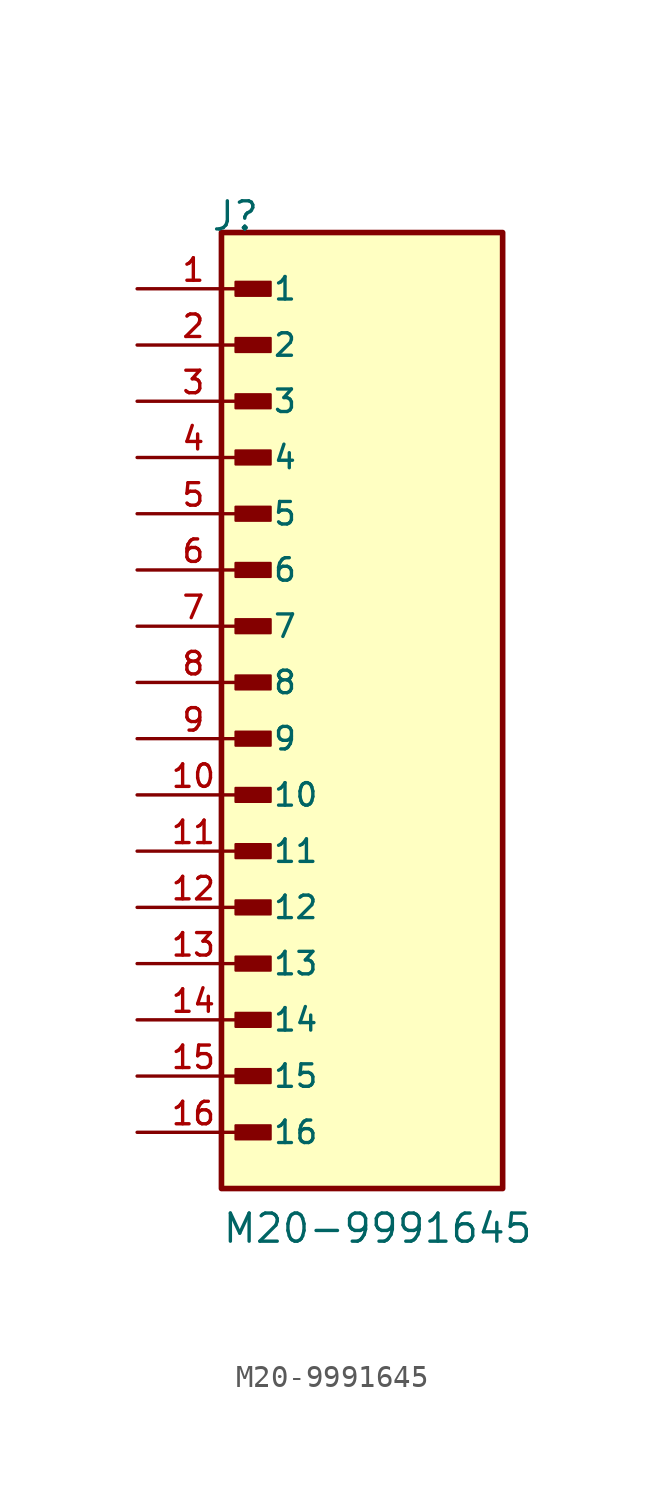
<source format=kicad_sym>
(kicad_symbol_lib
  (version 20231120)
  (generator "kicad_symbol_editor")
  (generator_version "8.0")
  (symbol "M20-9991645"
    (pin_names
      (offset 1.016))
    (property "Reference" "J"
      (at -6.85 22.86 0)
      (effects (font (size 1.27 1.27)) (justify left bottom)))
    (property "Value" "M20-9991645"
      (at -6.35 -22.86 0)
      (effects (font (size 1.27 1.27)) (justify left bottom)))
    (symbol "M20-9991645_0_0"
      (rectangle (start -6.35 -20.32) (end 6.35 22.86) (stroke (width 0.254) (type default)) (fill (type background)))
      (rectangle (start -5.715 -18.098) (end -4.128 -17.462) (stroke (width 0.1) (type default)) (fill (type outline)))
      (rectangle (start -5.715 -15.557) (end -4.128 -14.922) (stroke (width 0.1) (type default)) (fill (type outline)))
      (rectangle (start -5.715 -13.018) (end -4.128 -12.383) (stroke (width 0.1) (type default)) (fill (type outline)))
      (rectangle (start -5.715 -10.477) (end -4.128 -9.842) (stroke (width 0.1) (type default)) (fill (type outline)))
      (rectangle (start -5.715 -7.938) (end -4.128 -7.303) (stroke (width 0.1) (type default)) (fill (type outline)))
      (rectangle (start -5.715 -5.397) (end -4.128 -4.763) (stroke (width 0.1) (type default)) (fill (type outline)))
      (rectangle (start -5.715 -2.857) (end -4.128 -2.223) (stroke (width 0.1) (type default)) (fill (type outline)))
      (rectangle (start -5.715 -0.318) (end -4.128 0.318) (stroke (width 0.1) (type default)) (fill (type outline)))
      (rectangle (start -5.715 2.223) (end -4.128 2.857) (stroke (width 0.1) (type default)) (fill (type outline)))
      (rectangle (start -5.715 4.763) (end -4.128 5.397) (stroke (width 0.1) (type default)) (fill (type outline)))
      (rectangle (start -5.715 7.303) (end -4.128 7.938) (stroke (width 0.1) (type default)) (fill (type outline)))
      (rectangle (start -5.715 9.842) (end -4.128 10.477) (stroke (width 0.1) (type default)) (fill (type outline)))
      (rectangle (start -5.715 12.383) (end -4.128 13.018) (stroke (width 0.1) (type default)) (fill (type outline)))
      (rectangle (start -5.715 14.922) (end -4.128 15.557) (stroke (width 0.1) (type default)) (fill (type outline)))
      (rectangle (start -5.715 17.462) (end -4.128 18.098) (stroke (width 0.1) (type default)) (fill (type outline)))
      (rectangle (start -5.715 20.003) (end -4.128 20.637) (stroke (width 0.1) (type default)) (fill (type outline)))
      (pin passive line (at -10.16 20.32 0) (length 5.08) (name "1" (effects (font (size 1.016 1.016)))) (number "1" (effects (font (size 1.016 1.016)))))
      (pin passive line (at -10.16 -2.54 0) (length 5.08) (name "10" (effects (font (size 1.016 1.016)))) (number "10" (effects (font (size 1.016 1.016)))))
      (pin passive line (at -10.16 -5.08 0) (length 5.08) (name "11" (effects (font (size 1.016 1.016)))) (number "11" (effects (font (size 1.016 1.016)))))
      (pin passive line (at -10.16 -7.62 0) (length 5.08) (name "12" (effects (font (size 1.016 1.016)))) (number "12" (effects (font (size 1.016 1.016)))))
      (pin passive line (at -10.16 -10.16 0) (length 5.08) (name "13" (effects (font (size 1.016 1.016)))) (number "13" (effects (font (size 1.016 1.016)))))
      (pin passive line (at -10.16 -12.7 0) (length 5.08) (name "14" (effects (font (size 1.016 1.016)))) (number "14" (effects (font (size 1.016 1.016)))))
      (pin passive line (at -10.16 -15.24 0) (length 5.08) (name "15" (effects (font (size 1.016 1.016)))) (number "15" (effects (font (size 1.016 1.016)))))
      (pin passive line (at -10.16 -17.78 0) (length 5.08) (name "16" (effects (font (size 1.016 1.016)))) (number "16" (effects (font (size 1.016 1.016)))))
      (pin passive line (at -10.16 17.78 0) (length 5.08) (name "2" (effects (font (size 1.016 1.016)))) (number "2" (effects (font (size 1.016 1.016)))))
      (pin passive line (at -10.16 15.24 0) (length 5.08) (name "3" (effects (font (size 1.016 1.016)))) (number "3" (effects (font (size 1.016 1.016)))))
      (pin passive line (at -10.16 12.7 0) (length 5.08) (name "4" (effects (font (size 1.016 1.016)))) (number "4" (effects (font (size 1.016 1.016)))))
      (pin passive line (at -10.16 10.16 0) (length 5.08) (name "5" (effects (font (size 1.016 1.016)))) (number "5" (effects (font (size 1.016 1.016)))))
      (pin passive line (at -10.16 7.62 0) (length 5.08) (name "6" (effects (font (size 1.016 1.016)))) (number "6" (effects (font (size 1.016 1.016)))))
      (pin passive line (at -10.16 5.08 0) (length 5.08) (name "7" (effects (font (size 1.016 1.016)))) (number "7" (effects (font (size 1.016 1.016)))))
      (pin passive line (at -10.16 2.54 0) (length 5.08) (name "8" (effects (font (size 1.016 1.016)))) (number "8" (effects (font (size 1.016 1.016)))))
      (pin passive line (at -10.16 0 0) (length 5.08) (name "9" (effects (font (size 1.016 1.016)))) (number "9" (effects (font (size 1.016 1.016))))))))
</source>
